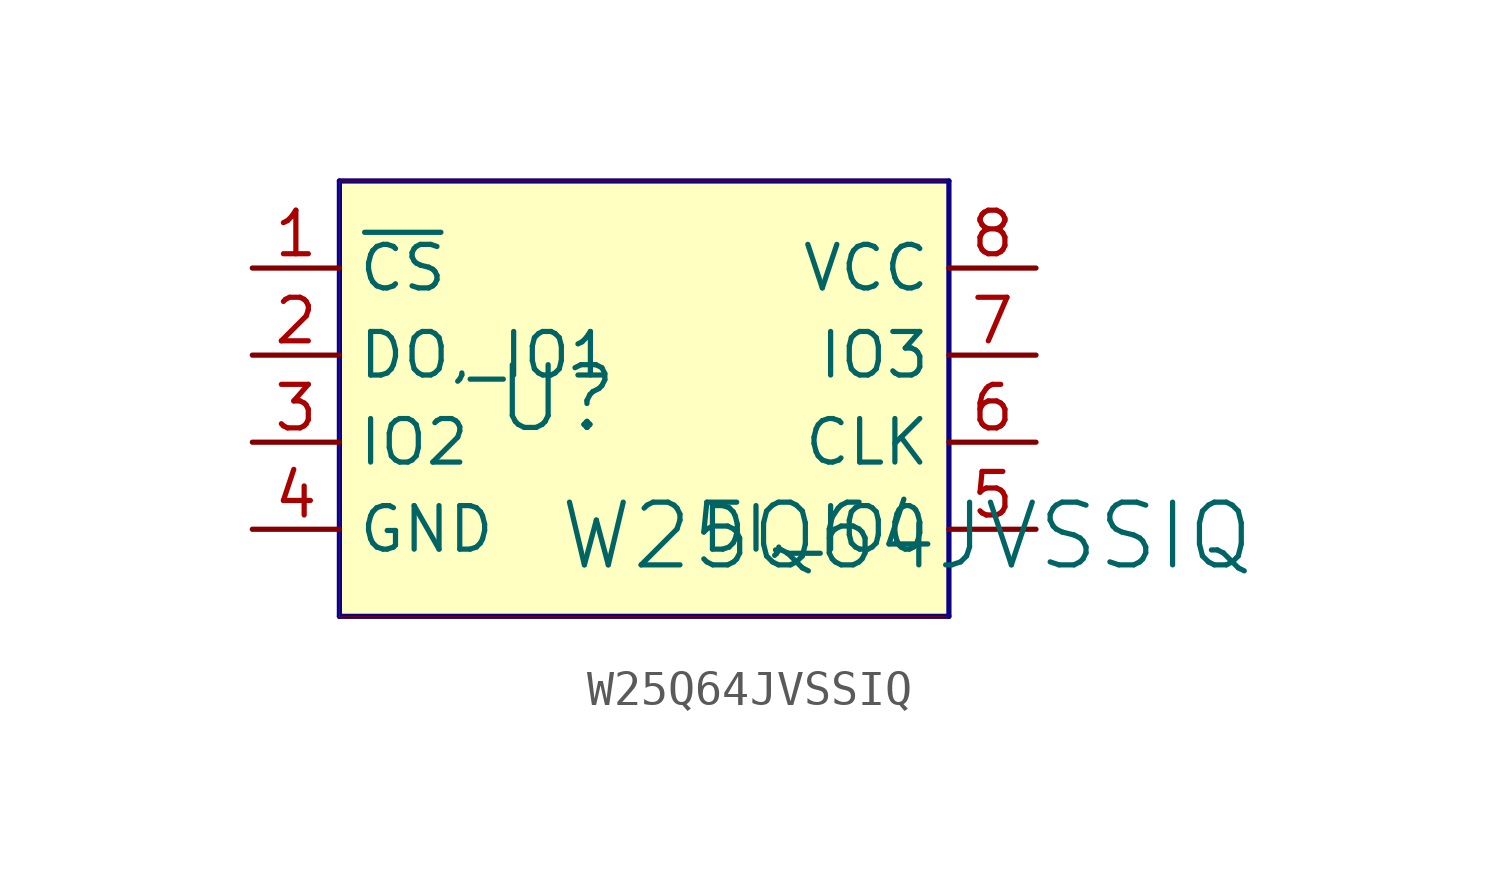
<source format=kicad_sym>
(kicad_symbol_lib
  (version 20241209)
  (generator "kicad_symbol_editor")
  (generator_version "9.0")
  (symbol "W25Q64JVSSIQ"
    (property "Reference" "U"
      (at -1.27 1.27 0)
      (effects (font (size 1.829 1.829))))
    (property "Value" "W25Q64JVSSIQ"
      (at -1.27 -3.81 0)
      (effects (font (size 1.829 1.829)) (justify left bottom)))
    (symbol "W25Q64JVSSIQ_1_0"
      (polyline (pts (xy -7.62 7.62) (xy 10.16 7.62)) (stroke (width 0) (type solid) (color 12 0 135 1)) (fill (type none)))
      (polyline (pts (xy -7.62 -5.08) (xy -7.62 7.62)) (stroke (width 0) (type solid) (color 12 0 135 1)) (fill (type none)))
      (polyline (pts (xy -7.62 -5.08) (xy 10.16 -5.08)) (stroke (width 0) (type solid) (color 12 0 135 1)) (fill (type none)))
      (rectangle (start 10.16 7.62) (end -7.62 -5.08) (stroke (width 0.025) (type solid) (color 128 0 0 1)) (fill (type background)))
      (polyline (pts (xy 10.16 -5.08) (xy 10.16 7.62)) (stroke (width 0) (type solid) (color 12 0 135 1)) (fill (type none)))
      (pin passive line (at -10.16 5.08 0) (length 2.54) (name "~{CS}" (effects (font (size 1.27 1.27)))) (number "1" (effects (font (size 1.27 1.27)))))
      (pin passive line (at -10.16 2.54 0) (length 2.54) (name "DO,_IO1" (effects (font (size 1.27 1.27)))) (number "2" (effects (font (size 1.27 1.27)))))
      (pin passive line (at -10.16 0 0) (length 2.54) (name "IO2" (effects (font (size 1.27 1.27)))) (number "3" (effects (font (size 1.27 1.27)))))
      (pin passive line (at -10.16 -2.54 0) (length 2.54) (name "GND" (effects (font (size 1.27 1.27)))) (number "4" (effects (font (size 1.27 1.27)))))
      (pin passive line (at 12.7 5.08 180) (length 2.54) (name "VCC" (effects (font (size 1.27 1.27)))) (number "8" (effects (font (size 1.27 1.27)))))
      (pin passive line (at 12.7 2.54 180) (length 2.54) (name "IO3" (effects (font (size 1.27 1.27)))) (number "7" (effects (font (size 1.27 1.27)))))
      (pin passive line (at 12.7 0 180) (length 2.54) (name "CLK" (effects (font (size 1.27 1.27)))) (number "6" (effects (font (size 1.27 1.27)))))
      (pin passive line (at 12.7 -2.54 180) (length 2.54) (name "DI,_IO0" (effects (font (size 1.27 1.27)))) (number "5" (effects (font (size 1.27 1.27))))))))
</source>
